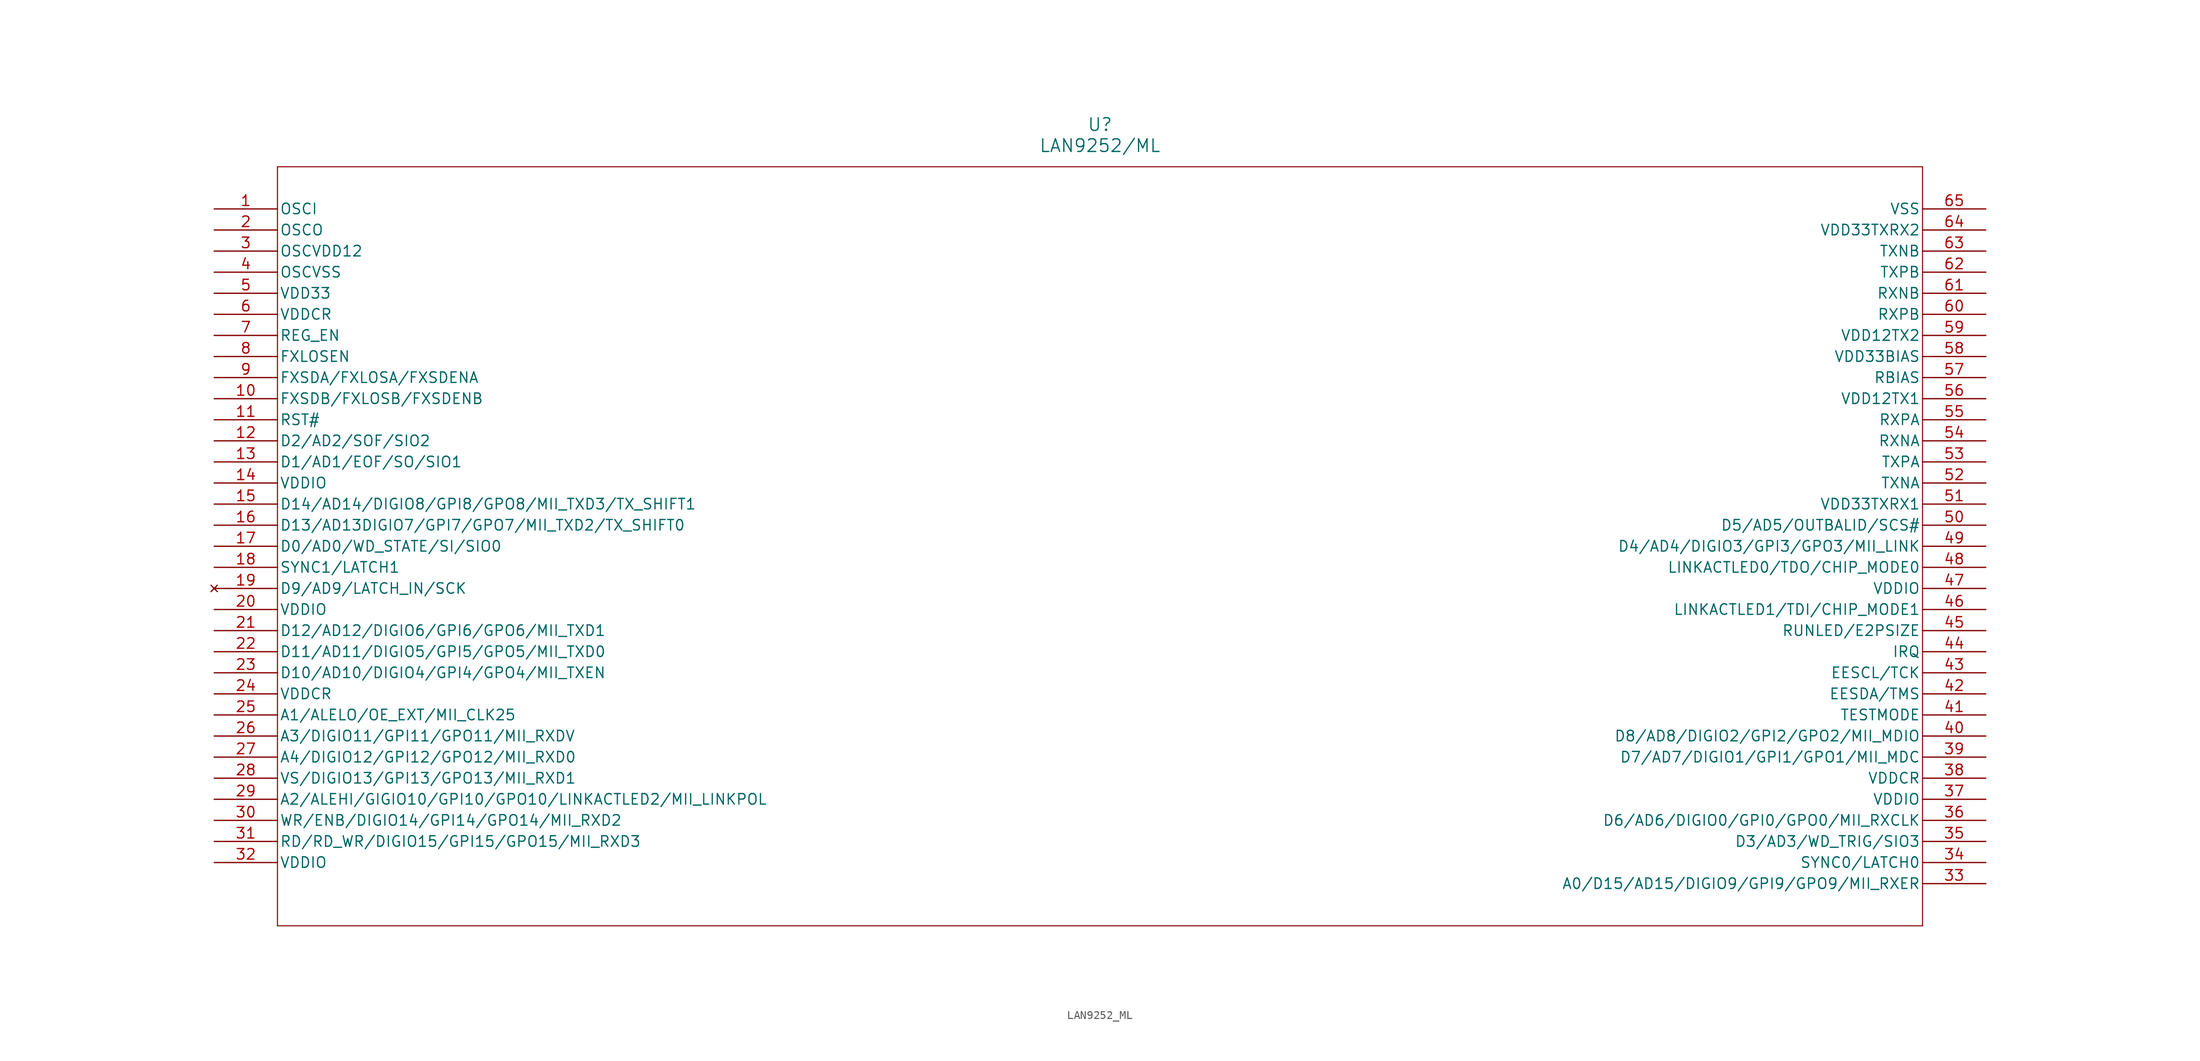
<source format=kicad_sym>
(kicad_symbol_lib
  (version 20211014)
  (generator kicad_symbol_editor)
  (symbol "LAN9252_ML"
    (pin_names
      (offset 0.254))
    (property "Reference" "U"
      (at 106.68 10.16 0)
      (effects (font (size 1.524 1.524))))
    (property "Value" "LAN9252/ML"
      (at 106.68 7.62 0)
      (effects (font (size 1.524 1.524))))
    (symbol "LAN9252_ML_0_1"
      (polyline (pts (xy 7.62 5.08) (xy 7.62 -86.36)) (stroke (width 0.127) (type default) (color 0 0 0 0)) (fill (type none)))
      (polyline (pts (xy 7.62 -86.36) (xy 205.74 -86.36)) (stroke (width 0.127) (type default) (color 0 0 0 0)) (fill (type none)))
      (polyline (pts (xy 205.74 -86.36) (xy 205.74 5.08)) (stroke (width 0.127) (type default) (color 0 0 0 0)) (fill (type none)))
      (polyline (pts (xy 205.74 5.08) (xy 7.62 5.08)) (stroke (width 0.127) (type default) (color 0 0 0 0)) (fill (type none)))
      (pin input line (at 0 0 0) (length 7.62) (name "OSCI" (effects (font (size 1.27 1.27)))) (number "1" (effects (font (size 1.27 1.27)))))
      (pin output line (at 0 -2.54 0) (length 7.62) (name "OSCO" (effects (font (size 1.27 1.27)))) (number "2" (effects (font (size 1.27 1.27)))))
      (pin power_in line (at 0 -5.08 0) (length 7.62) (name "OSCVDD12" (effects (font (size 1.27 1.27)))) (number "3" (effects (font (size 1.27 1.27)))))
      (pin power_out line (at 0 -7.62 0) (length 7.62) (name "OSCVSS" (effects (font (size 1.27 1.27)))) (number "4" (effects (font (size 1.27 1.27)))))
      (pin power_in line (at 0 -10.16 0) (length 7.62) (name "VDD33" (effects (font (size 1.27 1.27)))) (number "5" (effects (font (size 1.27 1.27)))))
      (pin power_in line (at 0 -12.7 0) (length 7.62) (name "VDDCR" (effects (font (size 1.27 1.27)))) (number "6" (effects (font (size 1.27 1.27)))))
      (pin unspecified line (at 0 -15.24 0) (length 7.62) (name "REG_EN" (effects (font (size 1.27 1.27)))) (number "7" (effects (font (size 1.27 1.27)))))
      (pin bidirectional line (at 0 -17.78 0) (length 7.62) (name "FXLOSEN" (effects (font (size 1.27 1.27)))) (number "8" (effects (font (size 1.27 1.27)))))
      (pin bidirectional line (at 0 -20.32 0) (length 7.62) (name "FXSDA/FXLOSA/FXSDENA" (effects (font (size 1.27 1.27)))) (number "9" (effects (font (size 1.27 1.27)))))
      (pin bidirectional line (at 0 -22.86 0) (length 7.62) (name "FXSDB/FXLOSB/FXSDENB" (effects (font (size 1.27 1.27)))) (number "10" (effects (font (size 1.27 1.27)))))
      (pin bidirectional line (at 0 -25.4 0) (length 7.62) (name "RST#" (effects (font (size 1.27 1.27)))) (number "11" (effects (font (size 1.27 1.27)))))
      (pin bidirectional line (at 0 -27.94 0) (length 7.62) (name "D2/AD2/SOF/SIO2" (effects (font (size 1.27 1.27)))) (number "12" (effects (font (size 1.27 1.27)))))
      (pin bidirectional line (at 0 -30.48 0) (length 7.62) (name "D1/AD1/EOF/SO/SIO1" (effects (font (size 1.27 1.27)))) (number "13" (effects (font (size 1.27 1.27)))))
      (pin power_in line (at 0 -33.02 0) (length 7.62) (name "VDDIO" (effects (font (size 1.27 1.27)))) (number "14" (effects (font (size 1.27 1.27)))))
      (pin bidirectional line (at 0 -35.56 0) (length 7.62) (name "D14/AD14/DIGIO8/GPI8/GPO8/MII_TXD3/TX_SHIFT1" (effects (font (size 1.27 1.27)))) (number "15" (effects (font (size 1.27 1.27)))))
      (pin bidirectional line (at 0 -38.1 0) (length 7.62) (name "D13/AD13DIGIO7/GPI7/GPO7/MII_TXD2/TX_SHIFT0" (effects (font (size 1.27 1.27)))) (number "16" (effects (font (size 1.27 1.27)))))
      (pin bidirectional line (at 0 -40.64 0) (length 7.62) (name "D0/AD0/WD_STATE/SI/SIO0" (effects (font (size 1.27 1.27)))) (number "17" (effects (font (size 1.27 1.27)))))
      (pin bidirectional line (at 0 -43.18 0) (length 7.62) (name "SYNC1/LATCH1" (effects (font (size 1.27 1.27)))) (number "18" (effects (font (size 1.27 1.27)))))
      (pin no_connect line (at 0 -45.72 0) (length 7.62) (name "D9/AD9/LATCH_IN/SCK" (effects (font (size 1.27 1.27)))) (number "19" (effects (font (size 1.27 1.27)))))
      (pin power_in line (at 0 -48.26 0) (length 7.62) (name "VDDIO" (effects (font (size 1.27 1.27)))) (number "20" (effects (font (size 1.27 1.27)))))
      (pin bidirectional line (at 0 -50.8 0) (length 7.62) (name "D12/AD12/DIGIO6/GPI6/GPO6/MII_TXD1" (effects (font (size 1.27 1.27)))) (number "21" (effects (font (size 1.27 1.27)))))
      (pin bidirectional line (at 0 -53.34 0) (length 7.62) (name "D11/AD11/DIGIO5/GPI5/GPO5/MII_TXD0" (effects (font (size 1.27 1.27)))) (number "22" (effects (font (size 1.27 1.27)))))
      (pin bidirectional line (at 0 -55.88 0) (length 7.62) (name "D10/AD10/DIGIO4/GPI4/GPO4/MII_TXEN" (effects (font (size 1.27 1.27)))) (number "23" (effects (font (size 1.27 1.27)))))
      (pin power_in line (at 0 -58.42 0) (length 7.62) (name "VDDCR" (effects (font (size 1.27 1.27)))) (number "24" (effects (font (size 1.27 1.27)))))
      (pin bidirectional line (at 0 -60.96 0) (length 7.62) (name "A1/ALELO/OE_EXT/MII_CLK25" (effects (font (size 1.27 1.27)))) (number "25" (effects (font (size 1.27 1.27)))))
      (pin bidirectional line (at 0 -63.5 0) (length 7.62) (name "A3/DIGIO11/GPI11/GPO11/MII_RXDV" (effects (font (size 1.27 1.27)))) (number "26" (effects (font (size 1.27 1.27)))))
      (pin bidirectional line (at 0 -66.04 0) (length 7.62) (name "A4/DIGIO12/GPI12/GPO12/MII_RXD0" (effects (font (size 1.27 1.27)))) (number "27" (effects (font (size 1.27 1.27)))))
      (pin bidirectional line (at 0 -68.58 0) (length 7.62) (name "VS/DIGIO13/GPI13/GPO13/MII_RXD1" (effects (font (size 1.27 1.27)))) (number "28" (effects (font (size 1.27 1.27)))))
      (pin bidirectional line (at 0 -71.12 0) (length 7.62) (name "A2/ALEHI/GIGIO10/GPI10/GPO10/LINKACTLED2/MII_LINKPOL" (effects (font (size 1.27 1.27)))) (number "29" (effects (font (size 1.27 1.27)))))
      (pin bidirectional line (at 0 -73.66 0) (length 7.62) (name "WR/ENB/DIGIO14/GPI14/GPO14/MII_RXD2" (effects (font (size 1.27 1.27)))) (number "30" (effects (font (size 1.27 1.27)))))
      (pin bidirectional line (at 0 -76.2 0) (length 7.62) (name "RD/RD_WR/DIGIO15/GPI15/GPO15/MII_RXD3" (effects (font (size 1.27 1.27)))) (number "31" (effects (font (size 1.27 1.27)))))
      (pin power_in line (at 0 -78.74 0) (length 7.62) (name "VDDIO" (effects (font (size 1.27 1.27)))) (number "32" (effects (font (size 1.27 1.27)))))
      (pin bidirectional line (at 213.36 -81.28 180) (length 7.62) (name "A0/D15/AD15/DIGIO9/GPI9/GPO9/MII_RXER" (effects (font (size 1.27 1.27)))) (number "33" (effects (font (size 1.27 1.27)))))
      (pin bidirectional line (at 213.36 -78.74 180) (length 7.62) (name "SYNC0/LATCH0" (effects (font (size 1.27 1.27)))) (number "34" (effects (font (size 1.27 1.27)))))
      (pin bidirectional line (at 213.36 -76.2 180) (length 7.62) (name "D3/AD3/WD_TRIG/SIO3" (effects (font (size 1.27 1.27)))) (number "35" (effects (font (size 1.27 1.27)))))
      (pin bidirectional line (at 213.36 -73.66 180) (length 7.62) (name "D6/AD6/DIGIO0/GPI0/GPO0/MII_RXCLK" (effects (font (size 1.27 1.27)))) (number "36" (effects (font (size 1.27 1.27)))))
      (pin power_in line (at 213.36 -71.12 180) (length 7.62) (name "VDDIO" (effects (font (size 1.27 1.27)))) (number "37" (effects (font (size 1.27 1.27)))))
      (pin power_in line (at 213.36 -68.58 180) (length 7.62) (name "VDDCR" (effects (font (size 1.27 1.27)))) (number "38" (effects (font (size 1.27 1.27)))))
      (pin bidirectional line (at 213.36 -66.04 180) (length 7.62) (name "D7/AD7/DIGIO1/GPI1/GPO1/MII_MDC" (effects (font (size 1.27 1.27)))) (number "39" (effects (font (size 1.27 1.27)))))
      (pin bidirectional line (at 213.36 -63.5 180) (length 7.62) (name "D8/AD8/DIGIO2/GPI2/GPO2/MII_MDIO" (effects (font (size 1.27 1.27)))) (number "40" (effects (font (size 1.27 1.27)))))
      (pin unspecified line (at 213.36 -60.96 180) (length 7.62) (name "TESTMODE" (effects (font (size 1.27 1.27)))) (number "41" (effects (font (size 1.27 1.27)))))
      (pin bidirectional line (at 213.36 -58.42 180) (length 7.62) (name "EESDA/TMS" (effects (font (size 1.27 1.27)))) (number "42" (effects (font (size 1.27 1.27)))))
      (pin bidirectional line (at 213.36 -55.88 180) (length 7.62) (name "EESCL/TCK" (effects (font (size 1.27 1.27)))) (number "43" (effects (font (size 1.27 1.27)))))
      (pin output line (at 213.36 -53.34 180) (length 7.62) (name "IRQ" (effects (font (size 1.27 1.27)))) (number "44" (effects (font (size 1.27 1.27)))))
      (pin bidirectional line (at 213.36 -50.8 180) (length 7.62) (name "RUNLED/E2PSIZE" (effects (font (size 1.27 1.27)))) (number "45" (effects (font (size 1.27 1.27)))))
      (pin bidirectional line (at 213.36 -48.26 180) (length 7.62) (name "LINKACTLED1/TDI/CHIP_MODE1" (effects (font (size 1.27 1.27)))) (number "46" (effects (font (size 1.27 1.27)))))
      (pin power_in line (at 213.36 -45.72 180) (length 7.62) (name "VDDIO" (effects (font (size 1.27 1.27)))) (number "47" (effects (font (size 1.27 1.27)))))
      (pin bidirectional line (at 213.36 -43.18 180) (length 7.62) (name "LINKACTLED0/TDO/CHIP_MODE0" (effects (font (size 1.27 1.27)))) (number "48" (effects (font (size 1.27 1.27)))))
      (pin bidirectional line (at 213.36 -40.64 180) (length 7.62) (name "D4/AD4/DIGIO3/GPI3/GPO3/MII_LINK" (effects (font (size 1.27 1.27)))) (number "49" (effects (font (size 1.27 1.27)))))
      (pin bidirectional line (at 213.36 -38.1 180) (length 7.62) (name "D5/AD5/OUTBALID/SCS#" (effects (font (size 1.27 1.27)))) (number "50" (effects (font (size 1.27 1.27)))))
      (pin power_in line (at 213.36 -35.56 180) (length 7.62) (name "VDD33TXRX1" (effects (font (size 1.27 1.27)))) (number "51" (effects (font (size 1.27 1.27)))))
      (pin unspecified line (at 213.36 -33.02 180) (length 7.62) (name "TXNA" (effects (font (size 1.27 1.27)))) (number "52" (effects (font (size 1.27 1.27)))))
      (pin unspecified line (at 213.36 -30.48 180) (length 7.62) (name "TXPA" (effects (font (size 1.27 1.27)))) (number "53" (effects (font (size 1.27 1.27)))))
      (pin unspecified line (at 213.36 -27.94 180) (length 7.62) (name "RXNA" (effects (font (size 1.27 1.27)))) (number "54" (effects (font (size 1.27 1.27)))))
      (pin unspecified line (at 213.36 -25.4 180) (length 7.62) (name "RXPA" (effects (font (size 1.27 1.27)))) (number "55" (effects (font (size 1.27 1.27)))))
      (pin power_in line (at 213.36 -22.86 180) (length 7.62) (name "VDD12TX1" (effects (font (size 1.27 1.27)))) (number "56" (effects (font (size 1.27 1.27)))))
      (pin unspecified line (at 213.36 -20.32 180) (length 7.62) (name "RBIAS" (effects (font (size 1.27 1.27)))) (number "57" (effects (font (size 1.27 1.27)))))
      (pin power_in line (at 213.36 -17.78 180) (length 7.62) (name "VDD33BIAS" (effects (font (size 1.27 1.27)))) (number "58" (effects (font (size 1.27 1.27)))))
      (pin power_in line (at 213.36 -15.24 180) (length 7.62) (name "VDD12TX2" (effects (font (size 1.27 1.27)))) (number "59" (effects (font (size 1.27 1.27)))))
      (pin unspecified line (at 213.36 -12.7 180) (length 7.62) (name "RXPB" (effects (font (size 1.27 1.27)))) (number "60" (effects (font (size 1.27 1.27)))))
      (pin unspecified line (at 213.36 -10.16 180) (length 7.62) (name "RXNB" (effects (font (size 1.27 1.27)))) (number "61" (effects (font (size 1.27 1.27)))))
      (pin unspecified line (at 213.36 -7.62 180) (length 7.62) (name "TXPB" (effects (font (size 1.27 1.27)))) (number "62" (effects (font (size 1.27 1.27)))))
      (pin unspecified line (at 213.36 -5.08 180) (length 7.62) (name "TXNB" (effects (font (size 1.27 1.27)))) (number "63" (effects (font (size 1.27 1.27)))))
      (pin power_in line (at 213.36 -2.54 180) (length 7.62) (name "VDD33TXRX2" (effects (font (size 1.27 1.27)))) (number "64" (effects (font (size 1.27 1.27)))))
      (pin power_out line (at 213.36 0 180) (length 7.62) (name "VSS" (effects (font (size 1.27 1.27)))) (number "65" (effects (font (size 1.27 1.27))))))))
</source>
